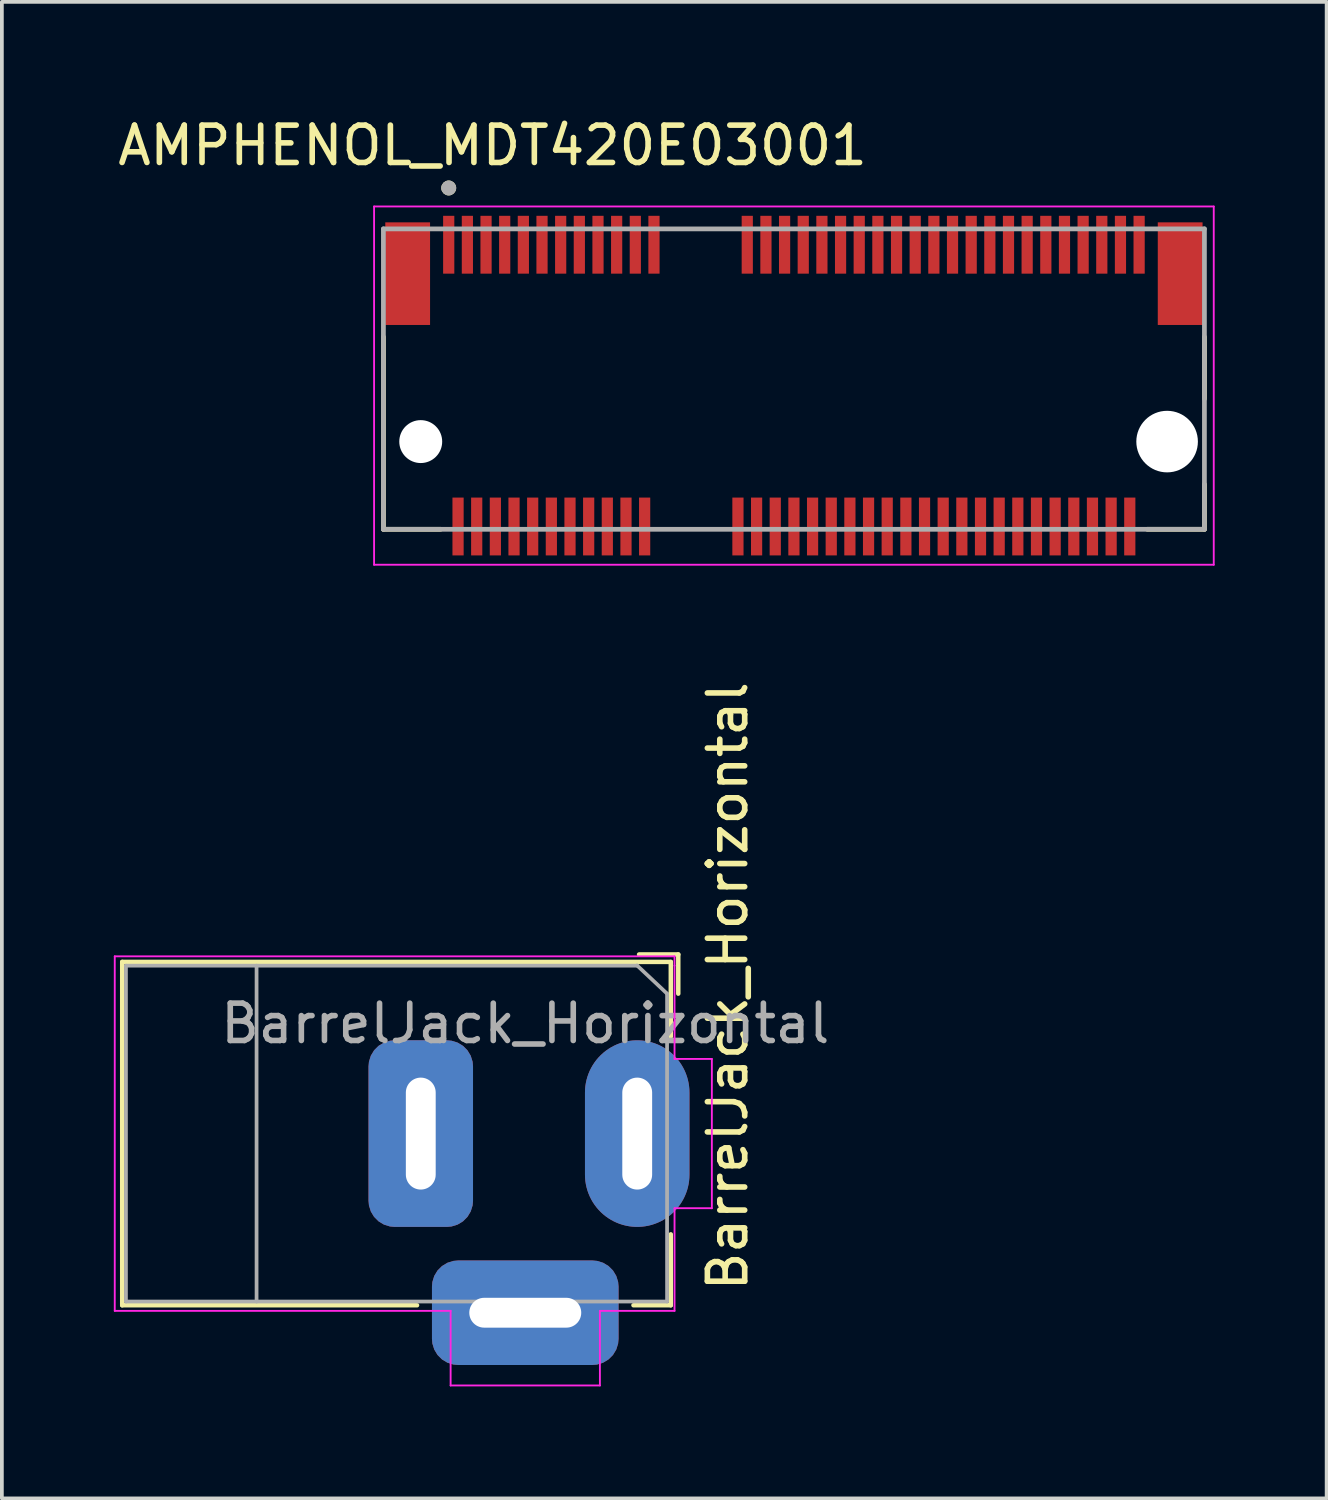
<source format=kicad_pcb>
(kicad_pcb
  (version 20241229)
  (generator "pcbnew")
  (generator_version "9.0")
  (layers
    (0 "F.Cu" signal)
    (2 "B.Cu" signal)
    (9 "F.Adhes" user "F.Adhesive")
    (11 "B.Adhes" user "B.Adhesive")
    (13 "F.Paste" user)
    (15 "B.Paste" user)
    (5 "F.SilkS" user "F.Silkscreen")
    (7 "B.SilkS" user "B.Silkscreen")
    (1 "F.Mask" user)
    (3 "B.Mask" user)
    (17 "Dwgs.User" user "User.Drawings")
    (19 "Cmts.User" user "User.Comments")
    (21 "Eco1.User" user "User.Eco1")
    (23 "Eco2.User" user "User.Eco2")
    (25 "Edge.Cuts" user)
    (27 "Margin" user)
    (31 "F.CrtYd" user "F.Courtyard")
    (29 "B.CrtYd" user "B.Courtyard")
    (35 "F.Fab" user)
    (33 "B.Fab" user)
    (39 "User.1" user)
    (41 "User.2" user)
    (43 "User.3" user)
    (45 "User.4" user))
  (footprint "BarrelJack_Horizontal"
    (layer "F.Cu")
    (at 14.025 27.326)
    (property "Reference" "BarrelJack_Horizontal" (at 2.425 -3.95 90) (layer "F.SilkS") (effects (font (size 1 1) (thickness 0.15))))
    (attr through_hole)
    (fp_line (start -13.8 -4.6) (end 0.9 -4.6) (stroke (width 0.12) (type solid)) (layer "F.SilkS"))
    (fp_line (start -13.8 4.6) (end -13.8 -4.6) (stroke (width 0.12) (type solid)) (layer "F.SilkS"))
    (fp_line (start -5.9 4.6) (end -13.8 4.6) (stroke (width 0.12) (type solid)) (layer "F.SilkS"))
    (fp_line (start 0.05 -4.8) (end 1.1 -4.8) (stroke (width 0.12) (type solid)) (layer "F.SilkS"))
    (fp_line (start 0.9 -4.6) (end 0.9 -2.6) (stroke (width 0.12) (type solid)) (layer "F.SilkS"))
    (fp_line (start 0.9 2.7) (end 0.9 4.6) (stroke (width 0.12) (type solid)) (layer "F.SilkS"))
    (fp_line (start 0.9 4.6) (end -0.1 4.6) (stroke (width 0.12) (type solid)) (layer "F.SilkS"))
    (fp_line (start 1.1 -3.75) (end 1.1 -4.8) (stroke (width 0.12) (type solid)) (layer "F.SilkS"))
    (fp_line (start -14 4.75) (end -14 -4.75) (stroke (width 0.05) (type solid)) (layer "F.CrtYd"))
    (fp_line (start -5 4.75) (end -14 4.75) (stroke (width 0.05) (type solid)) (layer "F.CrtYd"))
    (fp_line (start -5 6.75) (end -5 4.75) (stroke (width 0.05) (type solid)) (layer "F.CrtYd"))
    (fp_line (start -1 4.75) (end -1 6.75) (stroke (width 0.05) (type solid)) (layer "F.CrtYd"))
    (fp_line (start -1 6.75) (end -5 6.75) (stroke (width 0.05) (type solid)) (layer "F.CrtYd"))
    (fp_line (start 1 -4.75) (end -14 -4.75) (stroke (width 0.05) (type solid)) (layer "F.CrtYd"))
    (fp_line (start 1 -4.5) (end 1 -4.75) (stroke (width 0.05) (type solid)) (layer "F.CrtYd"))
    (fp_line (start 1 -4.5) (end 1 -2) (stroke (width 0.05) (type solid)) (layer "F.CrtYd"))
    (fp_line (start 1 -2) (end 2 -2) (stroke (width 0.05) (type solid)) (layer "F.CrtYd"))
    (fp_line (start 1 2) (end 1 4.75) (stroke (width 0.05) (type solid)) (layer "F.CrtYd"))
    (fp_line (start 1 4.75) (end -1 4.75) (stroke (width 0.05) (type solid)) (layer "F.CrtYd"))
    (fp_line (start 2 -2) (end 2 2) (stroke (width 0.05) (type solid)) (layer "F.CrtYd"))
    (fp_line (start 2 2) (end 1 2) (stroke (width 0.05) (type solid)) (layer "F.CrtYd"))
    (fp_line (start -13.7 -4.5) (end -13.7 4.5) (stroke (width 0.1) (type solid)) (layer "F.Fab"))
    (fp_line (start -13.7 4.5) (end 0.8 4.5) (stroke (width 0.1) (type solid)) (layer "F.Fab"))
    (fp_line (start -10.2 -4.5) (end -10.2 4.5) (stroke (width 0.1) (type solid)) (layer "F.Fab"))
    (fp_line (start -0.003 -4.505) (end 0.8 -3.75) (stroke (width 0.1) (type solid)) (layer "F.Fab"))
    (fp_line (start 0 -4.5) (end -13.7 -4.5) (stroke (width 0.1) (type solid)) (layer "F.Fab"))
    (fp_line (start 0.8 4.5) (end 0.8 -3.75) (stroke (width 0.1) (type solid)) (layer "F.Fab"))
    (fp_text user "${REFERENCE}" (at -3 -2.95 0) (layer "F.Fab") (effects (font (size 1 1) (thickness 0.15))))
    (pad "1" thru_hole oval (at 0 0) (size 2.8 5) (drill oval 0.8 3) (layers "*.Cu" "*.Mask"))
    (pad "2" thru_hole roundrect (at -5.8 0) (size 2.8 5) (drill oval 0.8 3) (layers "*.Cu" "*.Mask") (roundrect_rratio 0.25))
    (pad "3" thru_hole roundrect (at -3 4.8) (size 5 2.8) (drill oval 3 0.8) (layers "*.Cu" "*.Mask") (roundrect_rratio 0.25)))
  (footprint "AMPHENOL_MDT420E03001"
    (layer "F.Cu")
    (at 18.224 8.783)
    (property "Reference" "AMPHENOL_MDT420E03001" (at -8.075 -7.935 0) (layer "F.SilkS") (effects (font (size 1 1) (thickness 0.15))))
    (attr smd)
    (fp_line (start -11 2.35) (end -11 -2.805) (stroke (width 0.127) (type solid)) (layer "F.SilkS"))
    (fp_line (start -9.47 2.35) (end -11 2.35) (stroke (width 0.127) (type solid)) (layer "F.SilkS"))
    (fp_line (start 11 -2.805) (end 11 -1.145) (stroke (width 0.127) (type solid)) (layer "F.SilkS"))
    (fp_line (start 11 2.35) (end 9.47 2.35) (stroke (width 0.127) (type solid)) (layer "F.SilkS"))
    (fp_line (start 11 2.35) (end 11 1.145) (stroke (width 0.127) (type solid)) (layer "F.SilkS"))
    (fp_circle (center -9.25 -6.796) (end -9.15 -6.796) (stroke (width 0.2) (type solid)) (fill no) (layer "F.SilkS"))
    (fp_line (start -11.25 -6.3) (end -11.25 3.3) (stroke (width 0.05) (type solid)) (layer "F.CrtYd"))
    (fp_line (start -11.25 3.3) (end 11.25 3.3) (stroke (width 0.05) (type solid)) (layer "F.CrtYd"))
    (fp_line (start 11.25 -6.3) (end -11.25 -6.3) (stroke (width 0.05) (type solid)) (layer "F.CrtYd"))
    (fp_line (start 11.25 3.3) (end 11.25 -6.3) (stroke (width 0.05) (type solid)) (layer "F.CrtYd"))
    (fp_line (start -11 -5.7) (end 11 -5.7) (stroke (width 0.127) (type solid)) (layer "F.Fab"))
    (fp_line (start -11 2.35) (end -11 -5.7) (stroke (width 0.127) (type solid)) (layer "F.Fab"))
    (fp_line (start 11 -5.7) (end 11 2.35) (stroke (width 0.127) (type solid)) (layer "F.Fab"))
    (fp_line (start 11 2.35) (end -11 2.35) (stroke (width 0.127) (type solid)) (layer "F.Fab"))
    (fp_circle (center -9.25 -6.796) (end -9.15 -6.796) (stroke (width 0.2) (type solid)) (fill no) (layer "F.Fab"))
    (pad "" np_thru_hole circle (at -10 0) (size 1.15 1.15) (drill 1.15) (layers "*.Cu" "*.Mask"))
    (pad "" np_thru_hole circle (at 10 0) (size 1.65 1.65) (drill 1.65) (layers "*.Cu" "*.Mask"))
    (pad "1" smd rect (at -9.25 -5.275) (size 0.3 1.55) (layers "F.Cu" "F.Mask" "F.Paste"))
    (pad "2" smd rect (at -9 2.275) (size 0.3 1.55) (layers "F.Cu" "F.Mask" "F.Paste"))
    (pad "3" smd rect (at -8.75 -5.275) (size 0.3 1.55) (layers "F.Cu" "F.Mask" "F.Paste"))
    (pad "4" smd rect (at -8.5 2.275) (size 0.3 1.55) (layers "F.Cu" "F.Mask" "F.Paste"))
    (pad "5" smd rect (at -8.25 -5.275) (size 0.3 1.55) (layers "F.Cu" "F.Mask" "F.Paste"))
    (pad "6" smd rect (at -8 2.275) (size 0.3 1.55) (layers "F.Cu" "F.Mask" "F.Paste"))
    (pad "7" smd rect (at -7.75 -5.275) (size 0.3 1.55) (layers "F.Cu" "F.Mask" "F.Paste"))
    (pad "8" smd rect (at -7.5 2.275) (size 0.3 1.55) (layers "F.Cu" "F.Mask" "F.Paste"))
    (pad "9" smd rect (at -7.25 -5.275) (size 0.3 1.55) (layers "F.Cu" "F.Mask" "F.Paste"))
    (pad "10" smd rect (at -7 2.275) (size 0.3 1.55) (layers "F.Cu" "F.Mask" "F.Paste"))
    (pad "11" smd rect (at -6.75 -5.275) (size 0.3 1.55) (layers "F.Cu" "F.Mask" "F.Paste"))
    (pad "12" smd rect (at -6.5 2.275) (size 0.3 1.55) (layers "F.Cu" "F.Mask" "F.Paste"))
    (pad "13" smd rect (at -6.25 -5.275) (size 0.3 1.55) (layers "F.Cu" "F.Mask" "F.Paste"))
    (pad "14" smd rect (at -6 2.275) (size 0.3 1.55) (layers "F.Cu" "F.Mask" "F.Paste"))
    (pad "15" smd rect (at -5.75 -5.275) (size 0.3 1.55) (layers "F.Cu" "F.Mask" "F.Paste"))
    (pad "16" smd rect (at -5.5 2.275) (size 0.3 1.55) (layers "F.Cu" "F.Mask" "F.Paste"))
    (pad "17" smd rect (at -5.25 -5.275) (size 0.3 1.55) (layers "F.Cu" "F.Mask" "F.Paste"))
    (pad "18" smd rect (at -5 2.275) (size 0.3 1.55) (layers "F.Cu" "F.Mask" "F.Paste"))
    (pad "19" smd rect (at -4.75 -5.275) (size 0.3 1.55) (layers "F.Cu" "F.Mask" "F.Paste"))
    (pad "20" smd rect (at -4.5 2.275) (size 0.3 1.55) (layers "F.Cu" "F.Mask" "F.Paste"))
    (pad "21" smd rect (at -4.25 -5.275) (size 0.3 1.55) (layers "F.Cu" "F.Mask" "F.Paste"))
    (pad "22" smd rect (at -4 2.275) (size 0.3 1.55) (layers "F.Cu" "F.Mask" "F.Paste"))
    (pad "23" smd rect (at -3.75 -5.275) (size 0.3 1.55) (layers "F.Cu" "F.Mask" "F.Paste"))
    (pad "32" smd rect (at -1.5 2.275) (size 0.3 1.55) (layers "F.Cu" "F.Mask" "F.Paste"))
    (pad "33" smd rect (at -1.25 -5.275) (size 0.3 1.55) (layers "F.Cu" "F.Mask" "F.Paste"))
    (pad "34" smd rect (at -1 2.275) (size 0.3 1.55) (layers "F.Cu" "F.Mask" "F.Paste"))
    (pad "35" smd rect (at -0.75 -5.275) (size 0.3 1.55) (layers "F.Cu" "F.Mask" "F.Paste"))
    (pad "36" smd rect (at -0.5 2.275) (size 0.3 1.55) (layers "F.Cu" "F.Mask" "F.Paste"))
    (pad "37" smd rect (at -0.25 -5.275) (size 0.3 1.55) (layers "F.Cu" "F.Mask" "F.Paste"))
    (pad "38" smd rect (at 0 2.275) (size 0.3 1.55) (layers "F.Cu" "F.Mask" "F.Paste"))
    (pad "39" smd rect (at 0.25 -5.275) (size 0.3 1.55) (layers "F.Cu" "F.Mask" "F.Paste"))
    (pad "40" smd rect (at 0.5 2.275) (size 0.3 1.55) (layers "F.Cu" "F.Mask" "F.Paste"))
    (pad "41" smd rect (at 0.75 -5.275) (size 0.3 1.55) (layers "F.Cu" "F.Mask" "F.Paste"))
    (pad "42" smd rect (at 1 2.275) (size 0.3 1.55) (layers "F.Cu" "F.Mask" "F.Paste"))
    (pad "43" smd rect (at 1.25 -5.275) (size 0.3 1.55) (layers "F.Cu" "F.Mask" "F.Paste"))
    (pad "44" smd rect (at 1.5 2.275) (size 0.3 1.55) (layers "F.Cu" "F.Mask" "F.Paste"))
    (pad "45" smd rect (at 1.75 -5.275) (size 0.3 1.55) (layers "F.Cu" "F.Mask" "F.Paste"))
    (pad "46" smd rect (at 2 2.275) (size 0.3 1.55) (layers "F.Cu" "F.Mask" "F.Paste"))
    (pad "47" smd rect (at 2.25 -5.275) (size 0.3 1.55) (layers "F.Cu" "F.Mask" "F.Paste"))
    (pad "48" smd rect (at 2.5 2.275) (size 0.3 1.55) (layers "F.Cu" "F.Mask" "F.Paste"))
    (pad "49" smd rect (at 2.75 -5.275) (size 0.3 1.55) (layers "F.Cu" "F.Mask" "F.Paste"))
    (pad "50" smd rect (at 3 2.275) (size 0.3 1.55) (layers "F.Cu" "F.Mask" "F.Paste"))
    (pad "51" smd rect (at 3.25 -5.275) (size 0.3 1.55) (layers "F.Cu" "F.Mask" "F.Paste"))
    (pad "52" smd rect (at 3.5 2.275) (size 0.3 1.55) (layers "F.Cu" "F.Mask" "F.Paste"))
    (pad "53" smd rect (at 3.75 -5.275) (size 0.3 1.55) (layers "F.Cu" "F.Mask" "F.Paste"))
    (pad "54" smd rect (at 4 2.275) (size 0.3 1.55) (layers "F.Cu" "F.Mask" "F.Paste"))
    (pad "55" smd rect (at 4.25 -5.275) (size 0.3 1.55) (layers "F.Cu" "F.Mask" "F.Paste"))
    (pad "56" smd rect (at 4.5 2.275) (size 0.3 1.55) (layers "F.Cu" "F.Mask" "F.Paste"))
    (pad "57" smd rect (at 4.75 -5.275) (size 0.3 1.55) (layers "F.Cu" "F.Mask" "F.Paste"))
    (pad "58" smd rect (at 5 2.275) (size 0.3 1.55) (layers "F.Cu" "F.Mask" "F.Paste"))
    (pad "59" smd rect (at 5.25 -5.275) (size 0.3 1.55) (layers "F.Cu" "F.Mask" "F.Paste"))
    (pad "60" smd rect (at 5.5 2.275) (size 0.3 1.55) (layers "F.Cu" "F.Mask" "F.Paste"))
    (pad "61" smd rect (at 5.75 -5.275) (size 0.3 1.55) (layers "F.Cu" "F.Mask" "F.Paste"))
    (pad "62" smd rect (at 6 2.275) (size 0.3 1.55) (layers "F.Cu" "F.Mask" "F.Paste"))
    (pad "63" smd rect (at 6.25 -5.275) (size 0.3 1.55) (layers "F.Cu" "F.Mask" "F.Paste"))
    (pad "64" smd rect (at 6.5 2.275) (size 0.3 1.55) (layers "F.Cu" "F.Mask" "F.Paste"))
    (pad "65" smd rect (at 6.75 -5.275) (size 0.3 1.55) (layers "F.Cu" "F.Mask" "F.Paste"))
    (pad "66" smd rect (at 7 2.275) (size 0.3 1.55) (layers "F.Cu" "F.Mask" "F.Paste"))
    (pad "67" smd rect (at 7.25 -5.275) (size 0.3 1.55) (layers "F.Cu" "F.Mask" "F.Paste"))
    (pad "68" smd rect (at 7.5 2.275) (size 0.3 1.55) (layers "F.Cu" "F.Mask" "F.Paste"))
    (pad "69" smd rect (at 7.75 -5.275) (size 0.3 1.55) (layers "F.Cu" "F.Mask" "F.Paste"))
    (pad "70" smd rect (at 8 2.275) (size 0.3 1.55) (layers "F.Cu" "F.Mask" "F.Paste"))
    (pad "71" smd rect (at 8.25 -5.275) (size 0.3 1.55) (layers "F.Cu" "F.Mask" "F.Paste"))
    (pad "72" smd rect (at 8.5 2.275) (size 0.3 1.55) (layers "F.Cu" "F.Mask" "F.Paste"))
    (pad "73" smd rect (at 8.75 -5.275) (size 0.3 1.55) (layers "F.Cu" "F.Mask" "F.Paste"))
    (pad "74" smd rect (at 9 2.275) (size 0.3 1.55) (layers "F.Cu" "F.Mask" "F.Paste"))
    (pad "75" smd rect (at 9.25 -5.275) (size 0.3 1.55) (layers "F.Cu" "F.Mask" "F.Paste"))
    (pad "S1" smd rect (at -10.35 -4.5) (size 1.2 2.75) (layers "F.Cu" "F.Mask" "F.Paste"))
    (pad "S2" smd rect (at 10.35 -4.5) (size 1.2 2.75) (layers "F.Cu" "F.Mask" "F.Paste")))
  (gr_rect
    (start -3 -3)
    (end 32.499 37.101)
    (stroke (width 0.1) (type default))
    (fill no)
    (layer "Edge.Cuts")))
</source>
